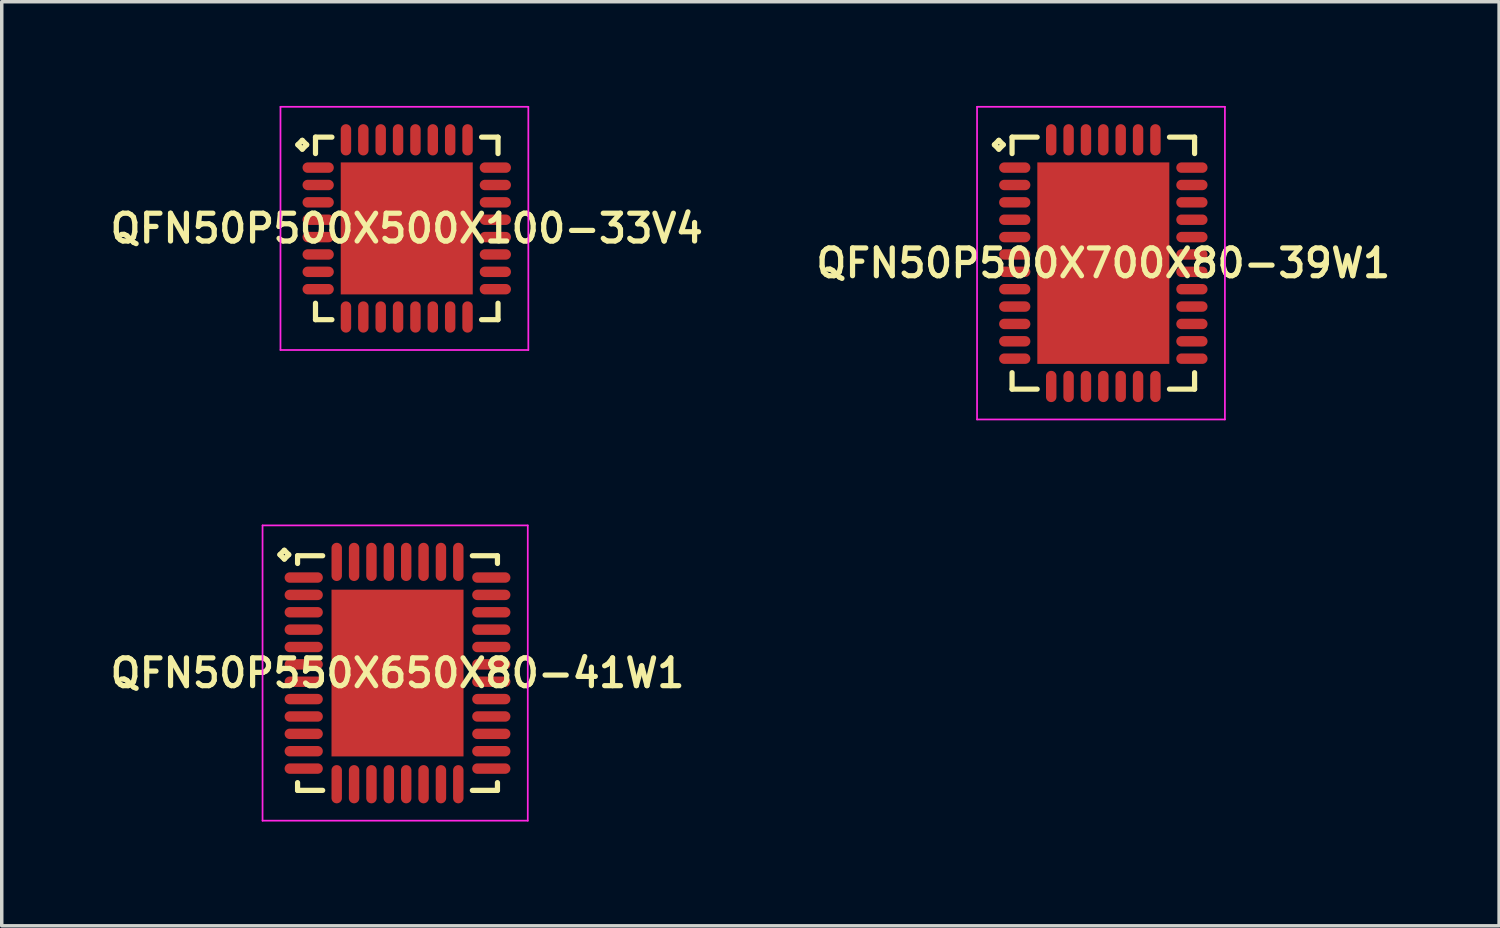
<source format=kicad_pcb>
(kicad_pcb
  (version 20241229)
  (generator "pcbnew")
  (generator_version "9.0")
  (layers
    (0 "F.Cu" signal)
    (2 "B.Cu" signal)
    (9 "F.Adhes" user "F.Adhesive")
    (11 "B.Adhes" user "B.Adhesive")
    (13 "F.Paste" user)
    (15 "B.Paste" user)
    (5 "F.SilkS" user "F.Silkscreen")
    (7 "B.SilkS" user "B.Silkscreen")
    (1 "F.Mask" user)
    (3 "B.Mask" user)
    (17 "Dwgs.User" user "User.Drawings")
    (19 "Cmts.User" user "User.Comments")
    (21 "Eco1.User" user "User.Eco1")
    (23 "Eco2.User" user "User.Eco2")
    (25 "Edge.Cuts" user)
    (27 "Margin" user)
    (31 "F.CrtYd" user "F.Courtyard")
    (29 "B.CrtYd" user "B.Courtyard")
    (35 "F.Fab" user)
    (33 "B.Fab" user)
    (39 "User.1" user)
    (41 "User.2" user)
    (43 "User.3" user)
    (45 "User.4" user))
  (footprint "QFN50P500X500X100-33V4"
    (layer "F.Cu")
    (at 8.659 3.525)
    (property "Reference" "QFN50P500X500X100-33V4" (at 0 0 0) (layer "F.SilkS") (effects (font (size 0.8 0.8) (thickness 0.15))))
    (attr smd)
    (fp_line (start -3.135 -2.408) (end -3.008 -2.535) (stroke (width 0.15) (type solid)) (layer "F.SilkS"))
    (fp_line (start -3.008 -2.535) (end -2.881 -2.408) (stroke (width 0.15) (type solid)) (layer "F.SilkS"))
    (fp_line (start -3.008 -2.281) (end -3.135 -2.408) (stroke (width 0.15) (type solid)) (layer "F.SilkS"))
    (fp_line (start -2.881 -2.408) (end -3.008 -2.281) (stroke (width 0.15) (type solid)) (layer "F.SilkS"))
    (fp_line (start -2.627 -2.627) (end -2.154 -2.627) (stroke (width 0.15) (type solid)) (layer "F.SilkS"))
    (fp_line (start -2.627 -2.154) (end -2.627 -2.627) (stroke (width 0.15) (type solid)) (layer "F.SilkS"))
    (fp_line (start -2.627 2.154) (end -2.627 2.627) (stroke (width 0.15) (type solid)) (layer "F.SilkS"))
    (fp_line (start -2.627 2.627) (end -2.154 2.627) (stroke (width 0.15) (type solid)) (layer "F.SilkS"))
    (fp_line (start 2.154 -2.627) (end 2.627 -2.627) (stroke (width 0.15) (type solid)) (layer "F.SilkS"))
    (fp_line (start 2.154 2.627) (end 2.627 2.627) (stroke (width 0.15) (type solid)) (layer "F.SilkS"))
    (fp_line (start 2.627 -2.627) (end 2.627 -2.154) (stroke (width 0.15) (type solid)) (layer "F.SilkS"))
    (fp_line (start 2.627 2.627) (end 2.627 2.154) (stroke (width 0.15) (type solid)) (layer "F.SilkS"))
    (fp_line (start -3.635 -3.5) (end 3.5 -3.5) (stroke (width 0.05) (type solid)) (layer "F.CrtYd"))
    (fp_line (start -3.635 3.5) (end -3.635 -3.5) (stroke (width 0.05) (type solid)) (layer "F.CrtYd"))
    (fp_line (start 3.5 -3.5) (end 3.5 3.5) (stroke (width 0.05) (type solid)) (layer "F.CrtYd"))
    (fp_line (start 3.5 3.5) (end -3.635 3.5) (stroke (width 0.05) (type solid)) (layer "F.CrtYd"))
    (pad "1" smd oval (at -2.55 -1.75) (size 0.9 0.3) (layers "F.Cu" "F.Mask" "F.Paste"))
    (pad "2" smd oval (at -2.55 -1.25) (size 0.9 0.3) (layers "F.Cu" "F.Mask" "F.Paste"))
    (pad "3" smd oval (at -2.55 -0.75) (size 0.9 0.3) (layers "F.Cu" "F.Mask" "F.Paste"))
    (pad "4" smd oval (at -2.55 -0.25) (size 0.9 0.3) (layers "F.Cu" "F.Mask" "F.Paste"))
    (pad "5" smd oval (at -2.55 0.25) (size 0.9 0.3) (layers "F.Cu" "F.Mask" "F.Paste"))
    (pad "6" smd oval (at -2.55 0.75) (size 0.9 0.3) (layers "F.Cu" "F.Mask" "F.Paste"))
    (pad "7" smd oval (at -2.55 1.25) (size 0.9 0.3) (layers "F.Cu" "F.Mask" "F.Paste"))
    (pad "8" smd oval (at -2.55 1.75) (size 0.9 0.3) (layers "F.Cu" "F.Mask" "F.Paste"))
    (pad "9" smd oval (at -1.75 2.55) (size 0.3 0.9) (layers "F.Cu" "F.Mask" "F.Paste"))
    (pad "10" smd oval (at -1.25 2.55) (size 0.3 0.9) (layers "F.Cu" "F.Mask" "F.Paste"))
    (pad "11" smd oval (at -0.75 2.55) (size 0.3 0.9) (layers "F.Cu" "F.Mask" "F.Paste"))
    (pad "12" smd oval (at -0.25 2.55) (size 0.3 0.9) (layers "F.Cu" "F.Mask" "F.Paste"))
    (pad "13" smd oval (at 0.25 2.55) (size 0.3 0.9) (layers "F.Cu" "F.Mask" "F.Paste"))
    (pad "14" smd oval (at 0.75 2.55) (size 0.3 0.9) (layers "F.Cu" "F.Mask" "F.Paste"))
    (pad "15" smd oval (at 1.25 2.55) (size 0.3 0.9) (layers "F.Cu" "F.Mask" "F.Paste"))
    (pad "16" smd oval (at 1.75 2.55) (size 0.3 0.9) (layers "F.Cu" "F.Mask" "F.Paste"))
    (pad "17" smd oval (at 2.55 1.75) (size 0.9 0.3) (layers "F.Cu" "F.Mask" "F.Paste"))
    (pad "18" smd oval (at 2.55 1.25) (size 0.9 0.3) (layers "F.Cu" "F.Mask" "F.Paste"))
    (pad "19" smd oval (at 2.55 0.75) (size 0.9 0.3) (layers "F.Cu" "F.Mask" "F.Paste"))
    (pad "20" smd oval (at 2.55 0.25) (size 0.9 0.3) (layers "F.Cu" "F.Mask" "F.Paste"))
    (pad "21" smd oval (at 2.55 -0.25) (size 0.9 0.3) (layers "F.Cu" "F.Mask" "F.Paste"))
    (pad "22" smd oval (at 2.55 -0.75) (size 0.9 0.3) (layers "F.Cu" "F.Mask" "F.Paste"))
    (pad "23" smd oval (at 2.55 -1.25) (size 0.9 0.3) (layers "F.Cu" "F.Mask" "F.Paste"))
    (pad "24" smd oval (at 2.55 -1.75) (size 0.9 0.3) (layers "F.Cu" "F.Mask" "F.Paste"))
    (pad "25" smd oval (at 1.75 -2.55) (size 0.3 0.9) (layers "F.Cu" "F.Mask" "F.Paste"))
    (pad "26" smd oval (at 1.25 -2.55) (size 0.3 0.9) (layers "F.Cu" "F.Mask" "F.Paste"))
    (pad "27" smd oval (at 0.75 -2.55) (size 0.3 0.9) (layers "F.Cu" "F.Mask" "F.Paste"))
    (pad "28" smd oval (at 0.25 -2.55) (size 0.3 0.9) (layers "F.Cu" "F.Mask" "F.Paste"))
    (pad "29" smd oval (at -0.25 -2.55) (size 0.3 0.9) (layers "F.Cu" "F.Mask" "F.Paste"))
    (pad "30" smd oval (at -0.75 -2.55) (size 0.3 0.9) (layers "F.Cu" "F.Mask" "F.Paste"))
    (pad "31" smd oval (at -1.25 -2.55) (size 0.3 0.9) (layers "F.Cu" "F.Mask" "F.Paste"))
    (pad "32" smd oval (at -1.75 -2.55) (size 0.3 0.9) (layers "F.Cu" "F.Mask" "F.Paste"))
    (pad "33" smd rect (at 0 0) (size 3.8 3.8) (layers "F.Cu" "F.Mask" "F.Paste")))
  (footprint "QFN50P500X700X80-39W1"
    (layer "F.Cu")
    (at 28.711 4.525)
    (property "Reference" "QFN50P500X700X80-39W1" (at 0 0 0) (layer "F.SilkS") (effects (font (size 0.8 0.8) (thickness 0.15))))
    (attr smd)
    (fp_line (start -3.135 -3.408) (end -3.008 -3.535) (stroke (width 0.15) (type solid)) (layer "F.SilkS"))
    (fp_line (start -3.008 -3.535) (end -2.881 -3.408) (stroke (width 0.15) (type solid)) (layer "F.SilkS"))
    (fp_line (start -3.008 -3.281) (end -3.135 -3.408) (stroke (width 0.15) (type solid)) (layer "F.SilkS"))
    (fp_line (start -2.881 -3.408) (end -3.008 -3.281) (stroke (width 0.15) (type solid)) (layer "F.SilkS"))
    (fp_line (start -2.627 -3.627) (end -1.904 -3.627) (stroke (width 0.15) (type solid)) (layer "F.SilkS"))
    (fp_line (start -2.627 -3.154) (end -2.627 -3.627) (stroke (width 0.15) (type solid)) (layer "F.SilkS"))
    (fp_line (start -2.627 3.154) (end -2.627 3.627) (stroke (width 0.15) (type solid)) (layer "F.SilkS"))
    (fp_line (start -2.627 3.627) (end -1.904 3.627) (stroke (width 0.15) (type solid)) (layer "F.SilkS"))
    (fp_line (start 1.904 -3.627) (end 2.627 -3.627) (stroke (width 0.15) (type solid)) (layer "F.SilkS"))
    (fp_line (start 1.904 3.627) (end 2.627 3.627) (stroke (width 0.15) (type solid)) (layer "F.SilkS"))
    (fp_line (start 2.627 -3.627) (end 2.627 -3.154) (stroke (width 0.15) (type solid)) (layer "F.SilkS"))
    (fp_line (start 2.627 3.627) (end 2.627 3.154) (stroke (width 0.15) (type solid)) (layer "F.SilkS"))
    (fp_line (start -3.635 -4.5) (end 3.5 -4.5) (stroke (width 0.05) (type solid)) (layer "F.CrtYd"))
    (fp_line (start -3.635 4.5) (end -3.635 -4.5) (stroke (width 0.05) (type solid)) (layer "F.CrtYd"))
    (fp_line (start 3.5 -4.5) (end 3.5 4.5) (stroke (width 0.05) (type solid)) (layer "F.CrtYd"))
    (fp_line (start 3.5 4.5) (end -3.635 4.5) (stroke (width 0.05) (type solid)) (layer "F.CrtYd"))
    (pad "1" smd oval (at -2.55 -2.75) (size 0.9 0.3) (layers "F.Cu" "F.Mask" "F.Paste"))
    (pad "2" smd oval (at -2.55 -2.25) (size 0.9 0.3) (layers "F.Cu" "F.Mask" "F.Paste"))
    (pad "3" smd oval (at -2.55 -1.75) (size 0.9 0.3) (layers "F.Cu" "F.Mask" "F.Paste"))
    (pad "4" smd oval (at -2.55 -1.25) (size 0.9 0.3) (layers "F.Cu" "F.Mask" "F.Paste"))
    (pad "5" smd oval (at -2.55 -0.75) (size 0.9 0.3) (layers "F.Cu" "F.Mask" "F.Paste"))
    (pad "6" smd oval (at -2.55 -0.25) (size 0.9 0.3) (layers "F.Cu" "F.Mask" "F.Paste"))
    (pad "7" smd oval (at -2.55 0.25) (size 0.9 0.3) (layers "F.Cu" "F.Mask" "F.Paste"))
    (pad "8" smd oval (at -2.55 0.75) (size 0.9 0.3) (layers "F.Cu" "F.Mask" "F.Paste"))
    (pad "9" smd oval (at -2.55 1.25) (size 0.9 0.3) (layers "F.Cu" "F.Mask" "F.Paste"))
    (pad "10" smd oval (at -2.55 1.75) (size 0.9 0.3) (layers "F.Cu" "F.Mask" "F.Paste"))
    (pad "11" smd oval (at -2.55 2.25) (size 0.9 0.3) (layers "F.Cu" "F.Mask" "F.Paste"))
    (pad "12" smd oval (at -2.55 2.75) (size 0.9 0.3) (layers "F.Cu" "F.Mask" "F.Paste"))
    (pad "13" smd oval (at -1.5 3.55) (size 0.3 0.9) (layers "F.Cu" "F.Mask" "F.Paste"))
    (pad "14" smd oval (at -1 3.55) (size 0.3 0.9) (layers "F.Cu" "F.Mask" "F.Paste"))
    (pad "15" smd oval (at -0.5 3.55) (size 0.3 0.9) (layers "F.Cu" "F.Mask" "F.Paste"))
    (pad "16" smd oval (at 0 3.55) (size 0.3 0.9) (layers "F.Cu" "F.Mask" "F.Paste"))
    (pad "17" smd oval (at 0.5 3.55) (size 0.3 0.9) (layers "F.Cu" "F.Mask" "F.Paste"))
    (pad "18" smd oval (at 1 3.55) (size 0.3 0.9) (layers "F.Cu" "F.Mask" "F.Paste"))
    (pad "19" smd oval (at 1.5 3.55) (size 0.3 0.9) (layers "F.Cu" "F.Mask" "F.Paste"))
    (pad "20" smd oval (at 2.55 2.75) (size 0.9 0.3) (layers "F.Cu" "F.Mask" "F.Paste"))
    (pad "21" smd oval (at 2.55 2.25) (size 0.9 0.3) (layers "F.Cu" "F.Mask" "F.Paste"))
    (pad "22" smd oval (at 2.55 1.75) (size 0.9 0.3) (layers "F.Cu" "F.Mask" "F.Paste"))
    (pad "23" smd oval (at 2.55 1.25) (size 0.9 0.3) (layers "F.Cu" "F.Mask" "F.Paste"))
    (pad "24" smd oval (at 2.55 0.75) (size 0.9 0.3) (layers "F.Cu" "F.Mask" "F.Paste"))
    (pad "25" smd oval (at 2.55 0.25) (size 0.9 0.3) (layers "F.Cu" "F.Mask" "F.Paste"))
    (pad "26" smd oval (at 2.55 -0.25) (size 0.9 0.3) (layers "F.Cu" "F.Mask" "F.Paste"))
    (pad "27" smd oval (at 2.55 -0.75) (size 0.9 0.3) (layers "F.Cu" "F.Mask" "F.Paste"))
    (pad "28" smd oval (at 2.55 -1.25) (size 0.9 0.3) (layers "F.Cu" "F.Mask" "F.Paste"))
    (pad "29" smd oval (at 2.55 -1.75) (size 0.9 0.3) (layers "F.Cu" "F.Mask" "F.Paste"))
    (pad "30" smd oval (at 2.55 -2.25) (size 0.9 0.3) (layers "F.Cu" "F.Mask" "F.Paste"))
    (pad "31" smd oval (at 2.55 -2.75) (size 0.9 0.3) (layers "F.Cu" "F.Mask" "F.Paste"))
    (pad "32" smd oval (at 1.5 -3.55) (size 0.3 0.9) (layers "F.Cu" "F.Mask" "F.Paste"))
    (pad "33" smd oval (at 1 -3.55) (size 0.3 0.9) (layers "F.Cu" "F.Mask" "F.Paste"))
    (pad "34" smd oval (at 0.5 -3.55) (size 0.3 0.9) (layers "F.Cu" "F.Mask" "F.Paste"))
    (pad "35" smd oval (at 0 -3.55) (size 0.3 0.9) (layers "F.Cu" "F.Mask" "F.Paste"))
    (pad "36" smd oval (at -0.5 -3.55) (size 0.3 0.9) (layers "F.Cu" "F.Mask" "F.Paste"))
    (pad "37" smd oval (at -1 -3.55) (size 0.3 0.9) (layers "F.Cu" "F.Mask" "F.Paste"))
    (pad "38" smd oval (at -1.5 -3.55) (size 0.3 0.9) (layers "F.Cu" "F.Mask" "F.Paste"))
    (pad "39" smd rect (at 0 0) (size 3.8 5.8) (layers "F.Cu" "F.Mask" "F.Paste")))
  (footprint "QFN50P550X650X80-41W1"
    (layer "F.Cu")
    (at 8.393 16.325)
    (property "Reference" "QFN50P550X650X80-41W1" (at 0 0 0) (layer "F.SilkS") (effects (font (size 0.8 0.8) (thickness 0.15))))
    (attr smd)
    (fp_line (start -3.385 -3.408) (end -3.258 -3.535) (stroke (width 0.15) (type solid)) (layer "F.SilkS"))
    (fp_line (start -3.258 -3.535) (end -3.131 -3.408) (stroke (width 0.15) (type solid)) (layer "F.SilkS"))
    (fp_line (start -3.258 -3.281) (end -3.385 -3.408) (stroke (width 0.15) (type solid)) (layer "F.SilkS"))
    (fp_line (start -3.131 -3.408) (end -3.258 -3.281) (stroke (width 0.15) (type solid)) (layer "F.SilkS"))
    (fp_line (start -2.877 -3.377) (end -2.154 -3.377) (stroke (width 0.15) (type solid)) (layer "F.SilkS"))
    (fp_line (start -2.877 -3.154) (end -2.877 -3.377) (stroke (width 0.15) (type solid)) (layer "F.SilkS"))
    (fp_line (start -2.877 3.154) (end -2.877 3.377) (stroke (width 0.15) (type solid)) (layer "F.SilkS"))
    (fp_line (start -2.877 3.377) (end -2.154 3.377) (stroke (width 0.15) (type solid)) (layer "F.SilkS"))
    (fp_line (start 2.154 -3.377) (end 2.877 -3.377) (stroke (width 0.15) (type solid)) (layer "F.SilkS"))
    (fp_line (start 2.154 3.377) (end 2.877 3.377) (stroke (width 0.15) (type solid)) (layer "F.SilkS"))
    (fp_line (start 2.877 -3.377) (end 2.877 -3.154) (stroke (width 0.15) (type solid)) (layer "F.SilkS"))
    (fp_line (start 2.877 3.377) (end 2.877 3.154) (stroke (width 0.15) (type solid)) (layer "F.SilkS"))
    (fp_line (start -3.885 -4.25) (end 3.75 -4.25) (stroke (width 0.05) (type solid)) (layer "F.CrtYd"))
    (fp_line (start -3.885 4.25) (end -3.885 -4.25) (stroke (width 0.05) (type solid)) (layer "F.CrtYd"))
    (fp_line (start 3.75 -4.25) (end 3.75 4.25) (stroke (width 0.05) (type solid)) (layer "F.CrtYd"))
    (fp_line (start 3.75 4.25) (end -3.885 4.25) (stroke (width 0.05) (type solid)) (layer "F.CrtYd"))
    (pad "1" smd oval (at -2.7 -2.75) (size 1.1 0.3) (layers "F.Cu" "F.Mask" "F.Paste"))
    (pad "2" smd oval (at -2.7 -2.25) (size 1.1 0.3) (layers "F.Cu" "F.Mask" "F.Paste"))
    (pad "3" smd oval (at -2.7 -1.75) (size 1.1 0.3) (layers "F.Cu" "F.Mask" "F.Paste"))
    (pad "4" smd oval (at -2.7 -1.25) (size 1.1 0.3) (layers "F.Cu" "F.Mask" "F.Paste"))
    (pad "5" smd oval (at -2.7 -0.75) (size 1.1 0.3) (layers "F.Cu" "F.Mask" "F.Paste"))
    (pad "6" smd oval (at -2.7 -0.25) (size 1.1 0.3) (layers "F.Cu" "F.Mask" "F.Paste"))
    (pad "7" smd oval (at -2.7 0.25) (size 1.1 0.3) (layers "F.Cu" "F.Mask" "F.Paste"))
    (pad "8" smd oval (at -2.7 0.75) (size 1.1 0.3) (layers "F.Cu" "F.Mask" "F.Paste"))
    (pad "9" smd oval (at -2.7 1.25) (size 1.1 0.3) (layers "F.Cu" "F.Mask" "F.Paste"))
    (pad "10" smd oval (at -2.7 1.75) (size 1.1 0.3) (layers "F.Cu" "F.Mask" "F.Paste"))
    (pad "11" smd oval (at -2.7 2.25) (size 1.1 0.3) (layers "F.Cu" "F.Mask" "F.Paste"))
    (pad "12" smd oval (at -2.7 2.75) (size 1.1 0.3) (layers "F.Cu" "F.Mask" "F.Paste"))
    (pad "13" smd oval (at -1.75 3.2) (size 0.3 1.1) (layers "F.Cu" "F.Mask" "F.Paste"))
    (pad "14" smd oval (at -1.25 3.2) (size 0.3 1.1) (layers "F.Cu" "F.Mask" "F.Paste"))
    (pad "15" smd oval (at -0.75 3.2) (size 0.3 1.1) (layers "F.Cu" "F.Mask" "F.Paste"))
    (pad "16" smd oval (at -0.25 3.2) (size 0.3 1.1) (layers "F.Cu" "F.Mask" "F.Paste"))
    (pad "17" smd oval (at 0.25 3.2) (size 0.3 1.1) (layers "F.Cu" "F.Mask" "F.Paste"))
    (pad "18" smd oval (at 0.75 3.2) (size 0.3 1.1) (layers "F.Cu" "F.Mask" "F.Paste"))
    (pad "19" smd oval (at 1.25 3.2) (size 0.3 1.1) (layers "F.Cu" "F.Mask" "F.Paste"))
    (pad "20" smd oval (at 1.75 3.2) (size 0.3 1.1) (layers "F.Cu" "F.Mask" "F.Paste"))
    (pad "21" smd oval (at 2.7 2.75) (size 1.1 0.3) (layers "F.Cu" "F.Mask" "F.Paste"))
    (pad "22" smd oval (at 2.7 2.25) (size 1.1 0.3) (layers "F.Cu" "F.Mask" "F.Paste"))
    (pad "23" smd oval (at 2.7 1.75) (size 1.1 0.3) (layers "F.Cu" "F.Mask" "F.Paste"))
    (pad "24" smd oval (at 2.7 1.25) (size 1.1 0.3) (layers "F.Cu" "F.Mask" "F.Paste"))
    (pad "25" smd oval (at 2.7 0.75) (size 1.1 0.3) (layers "F.Cu" "F.Mask" "F.Paste"))
    (pad "26" smd oval (at 2.7 0.25) (size 1.1 0.3) (layers "F.Cu" "F.Mask" "F.Paste"))
    (pad "27" smd oval (at 2.7 -0.25) (size 1.1 0.3) (layers "F.Cu" "F.Mask" "F.Paste"))
    (pad "28" smd oval (at 2.7 -0.75) (size 1.1 0.3) (layers "F.Cu" "F.Mask" "F.Paste"))
    (pad "29" smd oval (at 2.7 -1.25) (size 1.1 0.3) (layers "F.Cu" "F.Mask" "F.Paste"))
    (pad "30" smd oval (at 2.7 -1.75) (size 1.1 0.3) (layers "F.Cu" "F.Mask" "F.Paste"))
    (pad "31" smd oval (at 2.7 -2.25) (size 1.1 0.3) (layers "F.Cu" "F.Mask" "F.Paste"))
    (pad "32" smd oval (at 2.7 -2.75) (size 1.1 0.3) (layers "F.Cu" "F.Mask" "F.Paste"))
    (pad "33" smd oval (at 1.75 -3.2) (size 0.3 1.1) (layers "F.Cu" "F.Mask" "F.Paste"))
    (pad "34" smd oval (at 1.25 -3.2) (size 0.3 1.1) (layers "F.Cu" "F.Mask" "F.Paste"))
    (pad "35" smd oval (at 0.75 -3.2) (size 0.3 1.1) (layers "F.Cu" "F.Mask" "F.Paste"))
    (pad "36" smd oval (at 0.25 -3.2) (size 0.3 1.1) (layers "F.Cu" "F.Mask" "F.Paste"))
    (pad "37" smd oval (at -0.25 -3.2) (size 0.3 1.1) (layers "F.Cu" "F.Mask" "F.Paste"))
    (pad "38" smd oval (at -0.75 -3.2) (size 0.3 1.1) (layers "F.Cu" "F.Mask" "F.Paste"))
    (pad "39" smd oval (at -1.25 -3.2) (size 0.3 1.1) (layers "F.Cu" "F.Mask" "F.Paste"))
    (pad "40" smd oval (at -1.75 -3.2) (size 0.3 1.1) (layers "F.Cu" "F.Mask" "F.Paste"))
    (pad "41" smd rect (at 0 0) (size 3.8 4.8) (layers "F.Cu" "F.Mask" "F.Paste")))
  (gr_rect
    (start -3 -3)
    (end 40.104 23.6)
    (stroke (width 0.1) (type default))
    (fill no)
    (layer "Edge.Cuts")))
</source>
